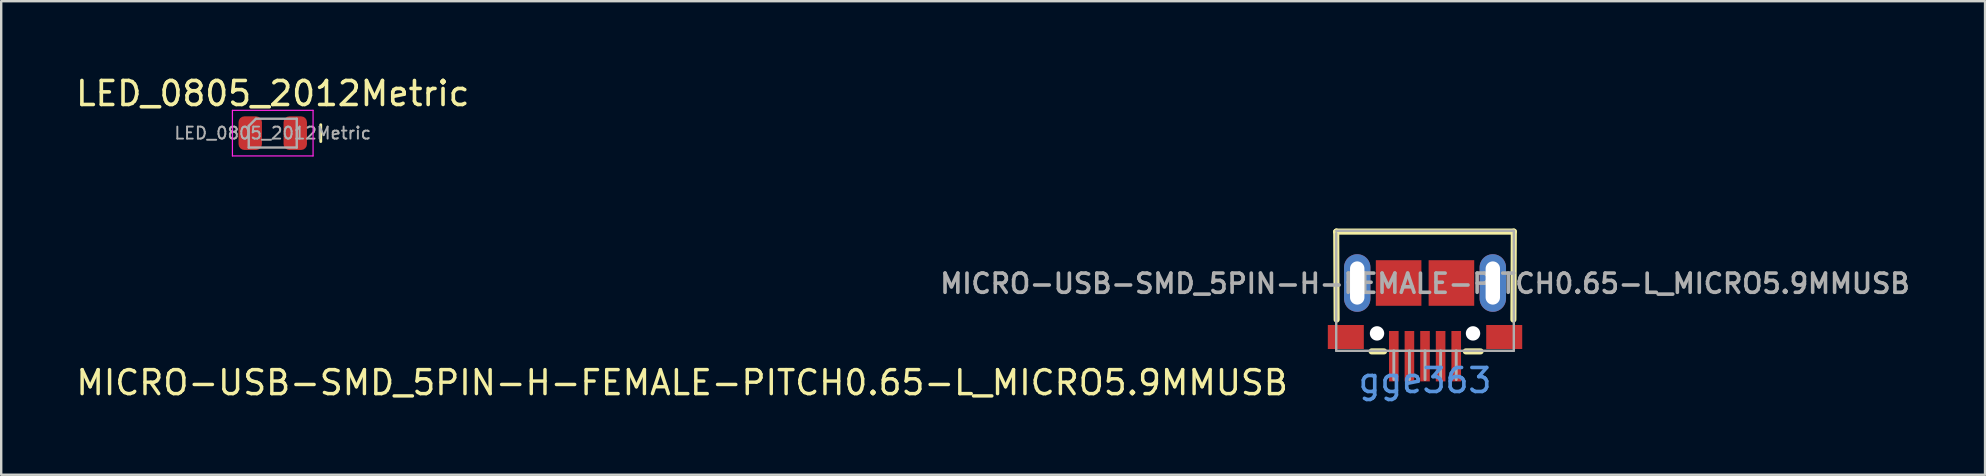
<source format=kicad_pcb>
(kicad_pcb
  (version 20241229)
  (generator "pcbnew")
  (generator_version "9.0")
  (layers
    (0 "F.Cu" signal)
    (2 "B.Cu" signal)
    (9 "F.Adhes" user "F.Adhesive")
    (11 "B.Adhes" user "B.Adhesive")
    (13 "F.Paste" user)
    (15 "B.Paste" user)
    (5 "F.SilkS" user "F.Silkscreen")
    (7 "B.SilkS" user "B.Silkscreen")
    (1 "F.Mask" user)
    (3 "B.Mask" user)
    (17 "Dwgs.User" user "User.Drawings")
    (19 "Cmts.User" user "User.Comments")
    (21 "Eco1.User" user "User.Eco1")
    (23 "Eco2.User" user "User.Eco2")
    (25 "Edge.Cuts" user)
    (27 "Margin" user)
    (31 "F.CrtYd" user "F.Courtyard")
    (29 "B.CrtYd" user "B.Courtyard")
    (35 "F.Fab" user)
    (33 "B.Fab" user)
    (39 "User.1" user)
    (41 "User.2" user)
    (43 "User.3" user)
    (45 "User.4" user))
  (footprint "MICRO-USB-SMD_5PIN-H-FEMALE-PITCH0.65-L_MICRO5.9MMUSB"
    (layer "F.Cu")
    (at 56.328 10.267)
    (property "Reference" "MICRO-USB-SMD_5PIN-H-FEMALE-PITCH0.65-L_MICRO5.9MMUSB" (at -5.623 2.629 180) (layer "F.SilkS") (effects (font (size 1 1) (thickness 0.143)) (justify right)))
    (attr smd)
    (fp_line (start -3.7 -3.659) (end -3.683 0) (stroke (width 0.254) (type solid)) (layer "F.SilkS"))
    (fp_line (start -3.692 -3.667) (end -3.7 -3.659) (stroke (width 0.254) (type solid)) (layer "F.SilkS"))
    (fp_line (start -1.707 1.325) (end -2.225 1.325) (stroke (width 0.254) (type solid)) (layer "F.SilkS"))
    (fp_line (start 2.315 1.325) (end 1.7 1.325) (stroke (width 0.254) (type solid)) (layer "F.SilkS"))
    (fp_line (start 3.683 0) (end 3.7 -3.667) (stroke (width 0.254) (type solid)) (layer "F.SilkS"))
    (fp_line (start 3.7 -3.667) (end -3.692 -3.667) (stroke (width 0.254) (type solid)) (layer "F.SilkS"))
    (fp_line (start -3.7 -3.6) (end -3.7 1.3) (stroke (width 0.1) (type solid)) (layer "F.Fab"))
    (fp_line (start -1.3 1.3) (end -1.3 2.5) (stroke (width 0.12) (type solid)) (layer "F.Fab"))
    (fp_line (start -0.65 1.3) (end -0.65 2.5) (stroke (width 0.12) (type solid)) (layer "F.Fab"))
    (fp_line (start 0 1.3) (end 0 2.5) (stroke (width 0.12) (type solid)) (layer "F.Fab"))
    (fp_line (start 0.65 1.3) (end 0.65 2.5) (stroke (width 0.12) (type solid)) (layer "F.Fab"))
    (fp_line (start 1.3 1.3) (end 1.3 2.5) (stroke (width 0.12) (type solid)) (layer "F.Fab"))
    (fp_line (start 3.7 -3.7) (end -3.7 -3.7) (stroke (width 0.1) (type solid)) (layer "F.Fab"))
    (fp_line (start 3.7 -3.7) (end 3.7 1.3) (stroke (width 0.1) (type solid)) (layer "F.Fab"))
    (fp_line (start 3.7 1.3) (end -3.7 1.3) (stroke (width 0.1) (type solid)) (layer "F.Fab"))
    (fp_text user "gge363" (at 0 2.54 180) (layer "Cmts.User") (effects (font (size 1 1) (thickness 0.15))))
    (fp_text user "${REFERENCE}" (at 0 -1.5 0) (layer "F.Fab") (effects (font (size 0.8 0.8) (thickness 0.15))))
    (pad "" np_thru_hole circle (at -2 0.575 180) (size 0.6 0.6) (drill 0.6) (layers "*.Cu" "*.Mask"))
    (pad "" np_thru_hole circle (at 2 0.575 180) (size 0.6 0.6) (drill 0.6) (layers "*.Cu" "*.Mask"))
    (pad "1" smd rect (at 1.3 1.525) (size 0.4 2.1) (layers "F.Cu" "F.Mask" "F.Paste"))
    (pad "2" smd rect (at 0.65 1.525) (size 0.4 2.1) (layers "F.Cu" "F.Mask" "F.Paste"))
    (pad "3" smd rect (at 0 1.525) (size 0.4 2.1) (layers "F.Cu" "F.Mask" "F.Paste"))
    (pad "4" smd rect (at -0.65 1.525) (size 0.4 2.1) (layers "F.Cu" "F.Mask" "F.Paste"))
    (pad "5" smd rect (at -1.3 1.525) (size 0.4 2.1) (layers "F.Cu" "F.Mask" "F.Paste"))
    (pad "6" smd rect (at -3.3 0.725) (size 1.5 1) (layers "F.Cu" "F.Mask" "F.Paste"))
    (pad "6" thru_hole oval (at -2.825 -1.525) (size 1.1 2.4) (drill oval 0.6 1.8) (layers "*.Cu" "*.Paste" "*.Mask"))
    (pad "6" smd rect (at -1.1 -1.525) (size 1.9 1.9) (layers "F.Cu" "F.Mask" "F.Paste"))
    (pad "6" smd rect (at 1.1 -1.525) (size 1.9 1.9) (layers "F.Cu" "F.Mask" "F.Paste"))
    (pad "6" thru_hole oval (at 2.825 -1.525) (size 1.1 2.4) (drill oval 0.6 1.8) (layers "*.Cu" "*.Paste" "*.Mask"))
    (pad "6" smd rect (at 3.3 0.725) (size 1.5 1) (layers "F.Cu" "F.Mask" "F.Paste")))
  (footprint "LED_0805_2012Metric"
    (layer "F.Cu")
    (at 8.315 2.498)
    (property "Reference" "LED_0805_2012Metric" (at 0 -1.65 0) (layer "F.SilkS") (effects (font (size 1 1) (thickness 0.15))))
    (attr smd)
    (fp_line (start 2 -0.35) (end 2 0.35) (stroke (width 0.12) (type solid)) (layer "F.SilkS"))
    (fp_line (start -1.68 -0.95) (end 1.68 -0.95) (stroke (width 0.05) (type solid)) (layer "F.CrtYd"))
    (fp_line (start -1.68 0.95) (end -1.68 -0.95) (stroke (width 0.05) (type solid)) (layer "F.CrtYd"))
    (fp_line (start 1.68 -0.95) (end 1.68 0.95) (stroke (width 0.05) (type solid)) (layer "F.CrtYd"))
    (fp_line (start 1.68 0.95) (end -1.68 0.95) (stroke (width 0.05) (type solid)) (layer "F.CrtYd"))
    (fp_line (start -1 -0.3) (end -1 0.6) (stroke (width 0.1) (type solid)) (layer "F.Fab"))
    (fp_line (start -1 0.6) (end 1 0.6) (stroke (width 0.1) (type solid)) (layer "F.Fab"))
    (fp_line (start -0.7 -0.6) (end -1 -0.3) (stroke (width 0.1) (type solid)) (layer "F.Fab"))
    (fp_line (start 1 -0.6) (end -0.7 -0.6) (stroke (width 0.1) (type solid)) (layer "F.Fab"))
    (fp_line (start 1 0.6) (end 1 -0.6) (stroke (width 0.1) (type solid)) (layer "F.Fab"))
    (fp_text user "${REFERENCE}" (at 0 0 0) (layer "F.Fab") (effects (font (size 0.5 0.5) (thickness 0.08))))
    (pad "1" smd roundrect (at -0.938 0) (size 0.975 1.4) (layers "F.Cu" "F.Mask" "F.Paste") (roundrect_rratio 0.25))
    (pad "2" smd roundrect (at 0.938 0) (size 0.975 1.4) (layers "F.Cu" "F.Mask" "F.Paste") (roundrect_rratio 0.25)))
  (gr_rect
    (start -3 -3)
    (end 79.664 16.732)
    (stroke (width 0.1) (type default))
    (fill no)
    (layer "Edge.Cuts")))
</source>
